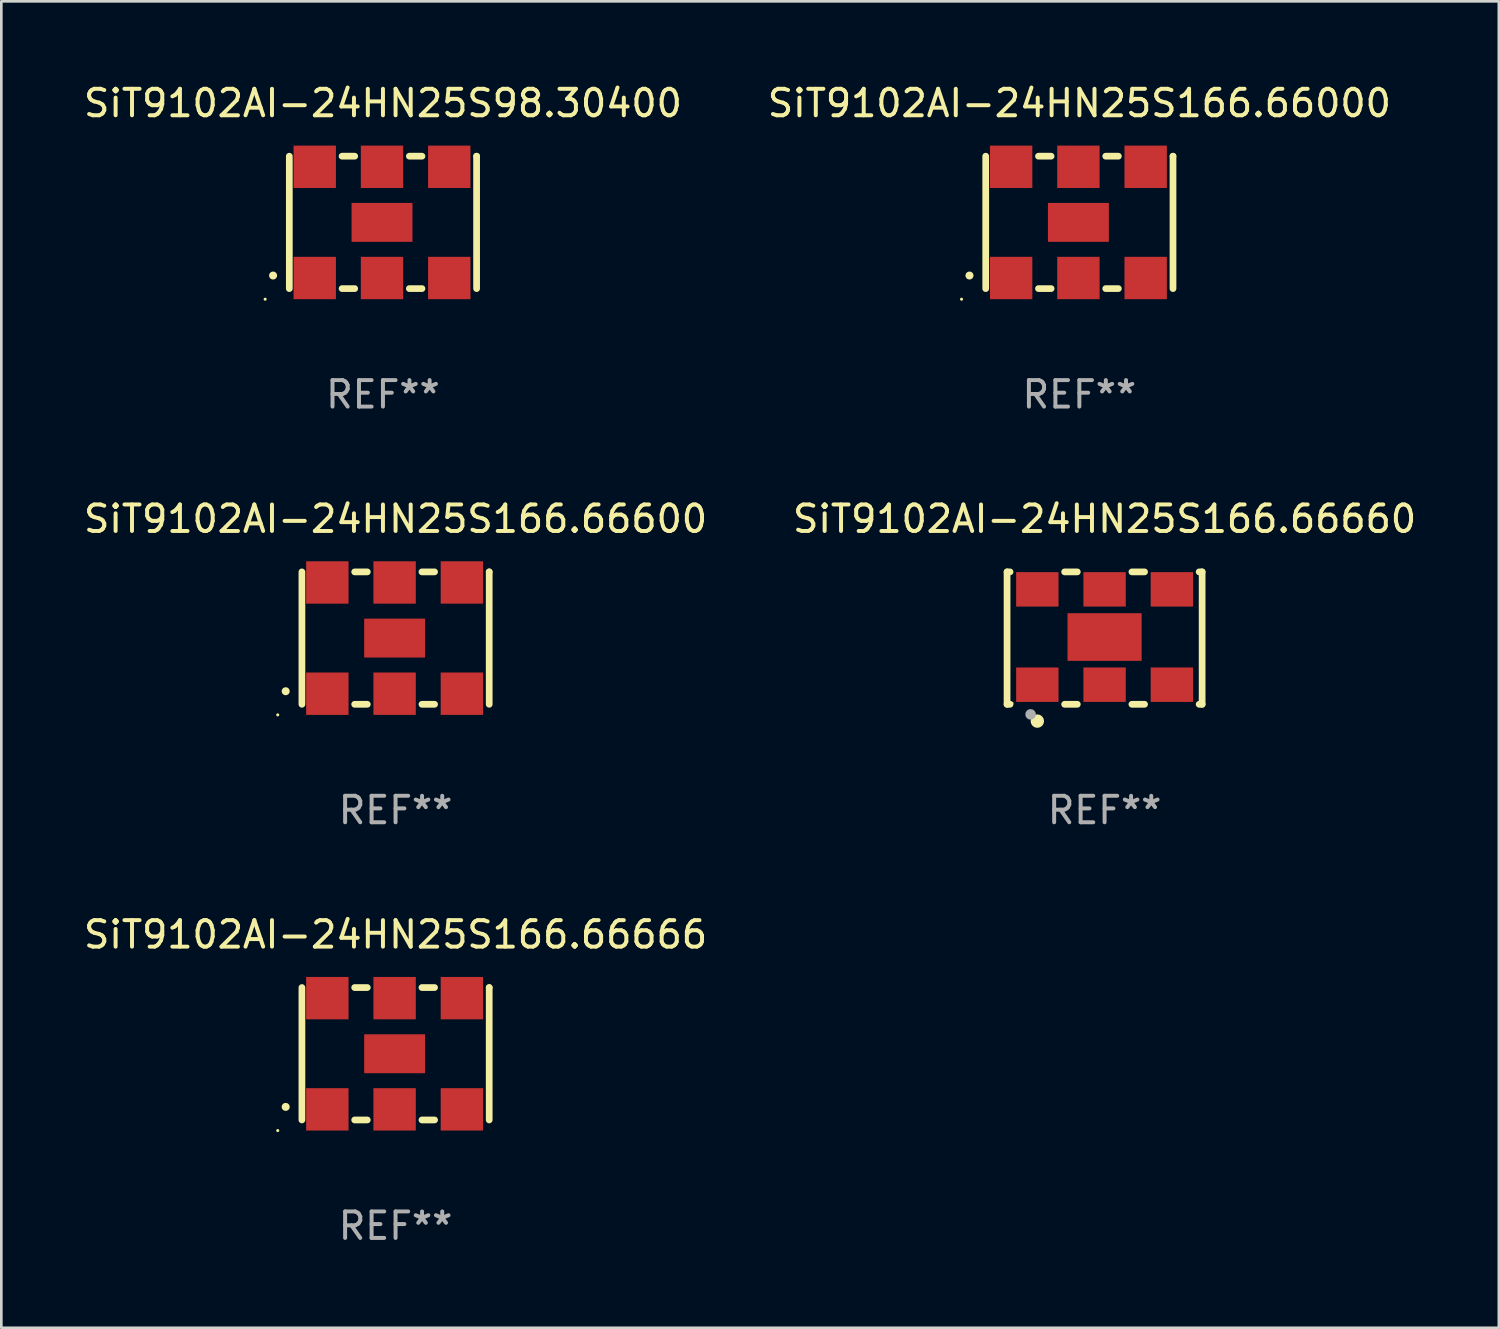
<source format=kicad_pcb>
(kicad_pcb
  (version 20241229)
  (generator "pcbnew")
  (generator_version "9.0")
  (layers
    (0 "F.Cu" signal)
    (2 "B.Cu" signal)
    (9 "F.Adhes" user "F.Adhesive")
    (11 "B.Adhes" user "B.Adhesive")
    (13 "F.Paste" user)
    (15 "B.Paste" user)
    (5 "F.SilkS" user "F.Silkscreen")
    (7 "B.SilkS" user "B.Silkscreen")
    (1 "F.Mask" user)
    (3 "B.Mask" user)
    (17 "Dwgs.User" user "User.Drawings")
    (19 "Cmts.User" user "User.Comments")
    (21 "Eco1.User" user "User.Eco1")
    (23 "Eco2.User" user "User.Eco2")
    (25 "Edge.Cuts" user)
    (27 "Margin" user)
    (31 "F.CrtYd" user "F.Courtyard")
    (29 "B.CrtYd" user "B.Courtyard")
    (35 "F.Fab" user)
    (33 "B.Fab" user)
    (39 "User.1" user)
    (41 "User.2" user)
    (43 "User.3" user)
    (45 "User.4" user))
  (footprint "SiT9102AI-24HN25S166.66000"
    (layer "F.Cu")
    (at 37.708 5.348)
    (property "Reference" "SiT9102AI-24HN25S166.66000" (at 0 -4.5 0) (layer "F.SilkS") (effects (font (size 1 1) (thickness 0.15))))
    (attr through_hole)
    (fp_line (start -3.536 -2.5) (end -3.536 2.5) (stroke (width 0.254) (type solid)) (layer "F.SilkS"))
    (fp_line (start -1.544 2.5) (end -1.067 2.5) (stroke (width 0.254) (type solid)) (layer "F.SilkS"))
    (fp_line (start -1.067 -2.5) (end -1.544 -2.5) (stroke (width 0.254) (type solid)) (layer "F.SilkS"))
    (fp_line (start 0.996 2.5) (end 1.473 2.5) (stroke (width 0.254) (type solid)) (layer "F.SilkS"))
    (fp_line (start 1.473 -2.5) (end 0.996 -2.5) (stroke (width 0.254) (type solid)) (layer "F.SilkS"))
    (fp_line (start 3.536 -2.5) (end 3.536 -2.5) (stroke (width 0.254) (type solid)) (layer "F.SilkS"))
    (fp_line (start 3.536 2.5) (end 3.536 -2.5) (stroke (width 0.254) (type solid)) (layer "F.SilkS"))
    (fp_arc (start -4.150432 2.006604) (mid -4.149162 2.006599) (end -4.147892 2.006604) (stroke (width 0.3) (type solid)) (layer "F.SilkS"))
    (fp_circle (center -4.449 2.9) (end -4.419 2.9) (stroke (width 0.06) (type solid)) (fill no) (layer "F.SilkS"))
    (fp_text user "REF**" (at 0 6.5 0) (layer "F.Fab") (effects (font (size 1 1) (thickness 0.15))))
    (pad "1" smd rect (at -2.576 2.1) (size 1.6 1.6) (layers "F.Cu" "F.Mask" "F.Paste"))
    (pad "2" smd rect (at -0.036 2.1) (size 1.6 1.6) (layers "F.Cu" "F.Mask" "F.Paste"))
    (pad "3" smd rect (at 2.504 2.1) (size 1.6 1.6) (layers "F.Cu" "F.Mask" "F.Paste"))
    (pad "4" smd rect (at 2.504 -2.1) (size 1.6 1.6) (layers "F.Cu" "F.Mask" "F.Paste"))
    (pad "5" smd rect (at -0.036 -2.1) (size 1.6 1.6) (layers "F.Cu" "F.Mask" "F.Paste"))
    (pad "6" smd rect (at -2.576 -2.1) (size 1.6 1.6) (layers "F.Cu" "F.Mask" "F.Paste"))
    (pad "7" smd rect (at -0.036 0) (size 2.3 1.47) (layers "F.Cu" "F.Mask" "F.Paste")))
  (footprint "SiT9102AI-24HN25S166.66666"
    (layer "F.Cu")
    (at 11.887 36.741)
    (property "Reference" "SiT9102AI-24HN25S166.66666" (at 0 -4.5 0) (layer "F.SilkS") (effects (font (size 1 1) (thickness 0.15))))
    (attr through_hole)
    (fp_line (start -3.536 -2.5) (end -3.536 2.5) (stroke (width 0.254) (type solid)) (layer "F.SilkS"))
    (fp_line (start -1.544 2.5) (end -1.067 2.5) (stroke (width 0.254) (type solid)) (layer "F.SilkS"))
    (fp_line (start -1.067 -2.5) (end -1.544 -2.5) (stroke (width 0.254) (type solid)) (layer "F.SilkS"))
    (fp_line (start 0.996 2.5) (end 1.473 2.5) (stroke (width 0.254) (type solid)) (layer "F.SilkS"))
    (fp_line (start 1.473 -2.5) (end 0.996 -2.5) (stroke (width 0.254) (type solid)) (layer "F.SilkS"))
    (fp_line (start 3.536 -2.5) (end 3.536 -2.5) (stroke (width 0.254) (type solid)) (layer "F.SilkS"))
    (fp_line (start 3.536 2.5) (end 3.536 -2.5) (stroke (width 0.254) (type solid)) (layer "F.SilkS"))
    (fp_arc (start -4.150432 2.006604) (mid -4.149162 2.006599) (end -4.147892 2.006604) (stroke (width 0.3) (type solid)) (layer "F.SilkS"))
    (fp_circle (center -4.449 2.9) (end -4.419 2.9) (stroke (width 0.06) (type solid)) (fill no) (layer "F.SilkS"))
    (fp_text user "REF**" (at 0 6.5 0) (layer "F.Fab") (effects (font (size 1 1) (thickness 0.15))))
    (pad "1" smd rect (at -2.576 2.1) (size 1.6 1.6) (layers "F.Cu" "F.Mask" "F.Paste"))
    (pad "2" smd rect (at -0.036 2.1) (size 1.6 1.6) (layers "F.Cu" "F.Mask" "F.Paste"))
    (pad "3" smd rect (at 2.504 2.1) (size 1.6 1.6) (layers "F.Cu" "F.Mask" "F.Paste"))
    (pad "4" smd rect (at 2.504 -2.1) (size 1.6 1.6) (layers "F.Cu" "F.Mask" "F.Paste"))
    (pad "5" smd rect (at -0.036 -2.1) (size 1.6 1.6) (layers "F.Cu" "F.Mask" "F.Paste"))
    (pad "6" smd rect (at -2.576 -2.1) (size 1.6 1.6) (layers "F.Cu" "F.Mask" "F.Paste"))
    (pad "7" smd rect (at -0.036 0) (size 2.3 1.47) (layers "F.Cu" "F.Mask" "F.Paste")))
  (footprint "SiT9102AI-24HN25S166.66660"
    (layer "F.Cu")
    (at 38.661 21.045)
    (property "Reference" "SiT9102AI-24HN25S166.66660" (at 0 -4.5 0) (layer "F.SilkS") (effects (font (size 1 1) (thickness 0.15))))
    (attr through_hole)
    (fp_line (start -3.683 -2.5) (end -3.571 -2.5) (stroke (width 0.254) (type solid)) (layer "F.SilkS"))
    (fp_line (start -3.683 2.5) (end -3.683 -2.5) (stroke (width 0.254) (type solid)) (layer "F.SilkS"))
    (fp_line (start -3.683 2.5) (end -3.571 2.5) (stroke (width 0.254) (type solid)) (layer "F.SilkS"))
    (fp_line (start -1.509 -2.5) (end -1.031 -2.5) (stroke (width 0.254) (type solid)) (layer "F.SilkS"))
    (fp_line (start -1.509 2.5) (end -1.031 2.5) (stroke (width 0.254) (type solid)) (layer "F.SilkS"))
    (fp_line (start 1.031 -2.5) (end 1.509 -2.5) (stroke (width 0.254) (type solid)) (layer "F.SilkS"))
    (fp_line (start 1.031 2.5) (end 1.509 2.5) (stroke (width 0.254) (type solid)) (layer "F.SilkS"))
    (fp_line (start 3.571 -2.5) (end 3.683 -2.5) (stroke (width 0.254) (type solid)) (layer "F.SilkS"))
    (fp_line (start 3.571 2.5) (end 3.683 2.5) (stroke (width 0.254) (type solid)) (layer "F.SilkS"))
    (fp_line (start 3.683 2.5) (end 3.683 -2.5) (stroke (width 0.254) (type solid)) (layer "F.SilkS"))
    (fp_circle (center -3.5 2.46) (end -3.47 2.46) (stroke (width 0.06) (type solid)) (fill no) (layer "F.SilkS"))
    (fp_circle (center -2.54 3.135) (end -2.413 3.135) (stroke (width 0.254) (type solid)) (fill no) (layer "F.SilkS"))
    (fp_circle (center -2.794 2.881) (end -2.694 2.881) (stroke (width 0.2) (type solid)) (fill no) (layer "F.Fab"))
    (fp_text user "REF**" (at 0 6.5 0) (layer "F.Fab") (effects (font (size 1 1) (thickness 0.15))))
    (pad "1" smd rect (at -2.54 1.76) (size 1.6 1.3) (layers "F.Cu" "F.Mask" "F.Paste"))
    (pad "2" smd rect (at 0 1.76) (size 1.6 1.3) (layers "F.Cu" "F.Mask" "F.Paste"))
    (pad "3" smd rect (at 2.54 1.76) (size 1.6 1.3) (layers "F.Cu" "F.Mask" "F.Paste"))
    (pad "4" smd rect (at 2.54 -1.84) (size 1.6 1.3) (layers "F.Cu" "F.Mask" "F.Paste"))
    (pad "5" smd rect (at 0 -1.84) (size 1.6 1.3) (layers "F.Cu" "F.Mask" "F.Paste"))
    (pad "6" smd rect (at -2.54 -1.84) (size 1.6 1.3) (layers "F.Cu" "F.Mask" "F.Paste"))
    (pad "7" smd rect (at 0 -0.04) (size 2.8 1.8) (layers "F.Cu" "F.Mask" "F.Paste")))
  (footprint "SiT9102AI-24HN25S98.30400"
    (layer "F.Cu")
    (at 11.411 5.348)
    (property "Reference" "SiT9102AI-24HN25S98.30400" (at 0 -4.5 0) (layer "F.SilkS") (effects (font (size 1 1) (thickness 0.15))))
    (attr through_hole)
    (fp_line (start -3.536 -2.5) (end -3.536 2.5) (stroke (width 0.254) (type solid)) (layer "F.SilkS"))
    (fp_line (start -1.544 2.5) (end -1.067 2.5) (stroke (width 0.254) (type solid)) (layer "F.SilkS"))
    (fp_line (start -1.067 -2.5) (end -1.544 -2.5) (stroke (width 0.254) (type solid)) (layer "F.SilkS"))
    (fp_line (start 0.996 2.5) (end 1.473 2.5) (stroke (width 0.254) (type solid)) (layer "F.SilkS"))
    (fp_line (start 1.473 -2.5) (end 0.996 -2.5) (stroke (width 0.254) (type solid)) (layer "F.SilkS"))
    (fp_line (start 3.536 -2.5) (end 3.536 -2.5) (stroke (width 0.254) (type solid)) (layer "F.SilkS"))
    (fp_line (start 3.536 2.5) (end 3.536 -2.5) (stroke (width 0.254) (type solid)) (layer "F.SilkS"))
    (fp_arc (start -4.150432 2.006604) (mid -4.149162 2.006599) (end -4.147892 2.006604) (stroke (width 0.3) (type solid)) (layer "F.SilkS"))
    (fp_circle (center -4.449 2.9) (end -4.419 2.9) (stroke (width 0.06) (type solid)) (fill no) (layer "F.SilkS"))
    (fp_text user "REF**" (at 0 6.5 0) (layer "F.Fab") (effects (font (size 1 1) (thickness 0.15))))
    (pad "1" smd rect (at -2.576 2.1) (size 1.6 1.6) (layers "F.Cu" "F.Mask" "F.Paste"))
    (pad "2" smd rect (at -0.036 2.1) (size 1.6 1.6) (layers "F.Cu" "F.Mask" "F.Paste"))
    (pad "3" smd rect (at 2.504 2.1) (size 1.6 1.6) (layers "F.Cu" "F.Mask" "F.Paste"))
    (pad "4" smd rect (at 2.504 -2.1) (size 1.6 1.6) (layers "F.Cu" "F.Mask" "F.Paste"))
    (pad "5" smd rect (at -0.036 -2.1) (size 1.6 1.6) (layers "F.Cu" "F.Mask" "F.Paste"))
    (pad "6" smd rect (at -2.576 -2.1) (size 1.6 1.6) (layers "F.Cu" "F.Mask" "F.Paste"))
    (pad "7" smd rect (at -0.036 0) (size 2.3 1.47) (layers "F.Cu" "F.Mask" "F.Paste")))
  (footprint "SiT9102AI-24HN25S166.66600"
    (layer "F.Cu")
    (at 11.887 21.045)
    (property "Reference" "SiT9102AI-24HN25S166.66600" (at 0 -4.5 0) (layer "F.SilkS") (effects (font (size 1 1) (thickness 0.15))))
    (attr through_hole)
    (fp_line (start -3.536 -2.5) (end -3.536 2.5) (stroke (width 0.254) (type solid)) (layer "F.SilkS"))
    (fp_line (start -1.544 2.5) (end -1.067 2.5) (stroke (width 0.254) (type solid)) (layer "F.SilkS"))
    (fp_line (start -1.067 -2.5) (end -1.544 -2.5) (stroke (width 0.254) (type solid)) (layer "F.SilkS"))
    (fp_line (start 0.996 2.5) (end 1.473 2.5) (stroke (width 0.254) (type solid)) (layer "F.SilkS"))
    (fp_line (start 1.473 -2.5) (end 0.996 -2.5) (stroke (width 0.254) (type solid)) (layer "F.SilkS"))
    (fp_line (start 3.536 -2.5) (end 3.536 -2.5) (stroke (width 0.254) (type solid)) (layer "F.SilkS"))
    (fp_line (start 3.536 2.5) (end 3.536 -2.5) (stroke (width 0.254) (type solid)) (layer "F.SilkS"))
    (fp_arc (start -4.150432 2.006604) (mid -4.149162 2.006599) (end -4.147892 2.006604) (stroke (width 0.3) (type solid)) (layer "F.SilkS"))
    (fp_circle (center -4.449 2.9) (end -4.419 2.9) (stroke (width 0.06) (type solid)) (fill no) (layer "F.SilkS"))
    (fp_text user "REF**" (at 0 6.5 0) (layer "F.Fab") (effects (font (size 1 1) (thickness 0.15))))
    (pad "1" smd rect (at -2.576 2.1) (size 1.6 1.6) (layers "F.Cu" "F.Mask" "F.Paste"))
    (pad "2" smd rect (at -0.036 2.1) (size 1.6 1.6) (layers "F.Cu" "F.Mask" "F.Paste"))
    (pad "3" smd rect (at 2.504 2.1) (size 1.6 1.6) (layers "F.Cu" "F.Mask" "F.Paste"))
    (pad "4" smd rect (at 2.504 -2.1) (size 1.6 1.6) (layers "F.Cu" "F.Mask" "F.Paste"))
    (pad "5" smd rect (at -0.036 -2.1) (size 1.6 1.6) (layers "F.Cu" "F.Mask" "F.Paste"))
    (pad "6" smd rect (at -2.576 -2.1) (size 1.6 1.6) (layers "F.Cu" "F.Mask" "F.Paste"))
    (pad "7" smd rect (at -0.036 0) (size 2.3 1.47) (layers "F.Cu" "F.Mask" "F.Paste")))
  (gr_rect
    (start -3 -3)
    (end 53.548 47.09)
    (stroke (width 0.1) (type default))
    (fill no)
    (layer "Edge.Cuts")))
</source>
